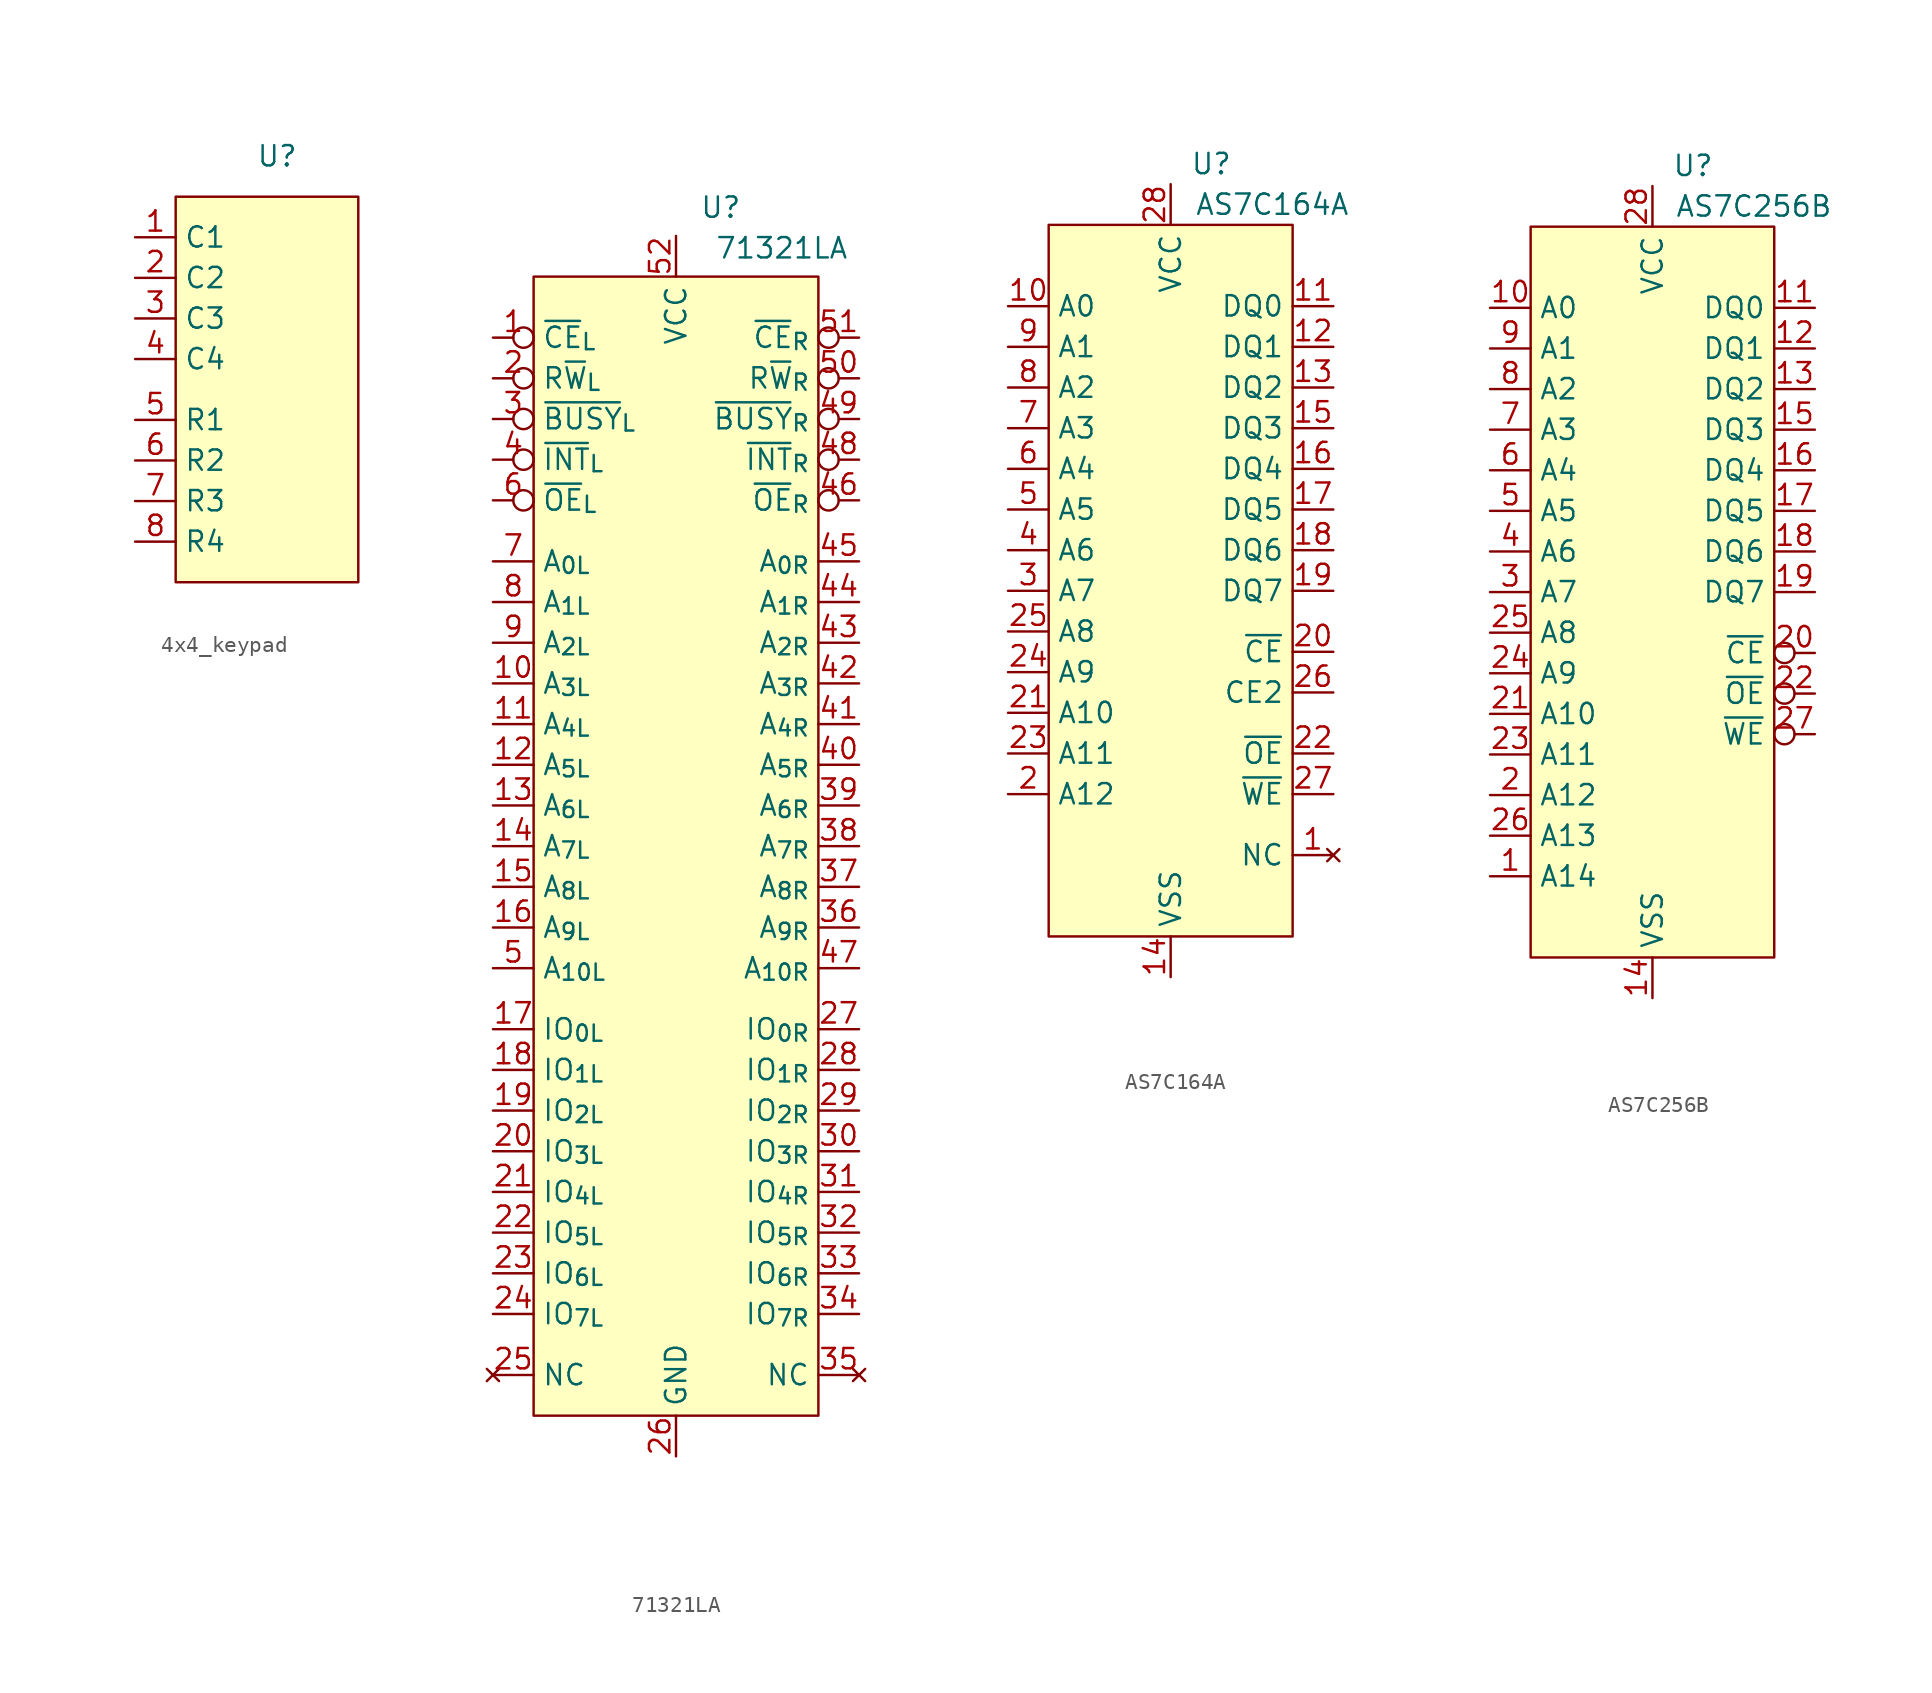
<source format=kicad_sym>
(kicad_symbol_lib
  (version 20231120)
  (generator "kicad_symbol_editor")
  (generator_version "8.0")
  (symbol "4x4_keypad"
    (property "Reference" "U"
      (at 3.81 13.97 0)
      (effects (font (size 1.27 1.27))))
    (property "Value" ""
      (at -7.62 16.51 0)
      (effects (font (size 1.27 1.27))))
    (symbol "4x4_keypad_1_1"
      (rectangle (start -2.54 11.43) (end 8.89 -12.7) (stroke (width 0) (type default)) (fill (type background)))
      (pin bidirectional line (at -5.08 8.89 0) (length 2.54) (name "C1" (effects (font (size 1.27 1.27)))) (number "1" (effects (font (size 1.27 1.27)))))
      (pin bidirectional line (at -5.08 6.35 0) (length 2.54) (name "C2" (effects (font (size 1.27 1.27)))) (number "2" (effects (font (size 1.27 1.27)))))
      (pin bidirectional line (at -5.08 3.81 0) (length 2.54) (name "C3" (effects (font (size 1.27 1.27)))) (number "3" (effects (font (size 1.27 1.27)))))
      (pin bidirectional line (at -5.08 1.27 0) (length 2.54) (name "C4" (effects (font (size 1.27 1.27)))) (number "4" (effects (font (size 1.27 1.27)))))
      (pin bidirectional line (at -5.08 -2.54 0) (length 2.54) (name "R1" (effects (font (size 1.27 1.27)))) (number "5" (effects (font (size 1.27 1.27)))))
      (pin bidirectional line (at -5.08 -5.08 0) (length 2.54) (name "R2" (effects (font (size 1.27 1.27)))) (number "6" (effects (font (size 1.27 1.27)))))
      (pin bidirectional line (at -5.08 -7.62 0) (length 2.54) (name "R3" (effects (font (size 1.27 1.27)))) (number "7" (effects (font (size 1.27 1.27)))))
      (pin bidirectional line (at -5.08 -10.16 0) (length 2.54) (name "R4" (effects (font (size 1.27 1.27)))) (number "8" (effects (font (size 1.27 1.27)))))))
  (symbol "71321LA"
    (property "Reference" "U"
      (at 2.794 37.338 0)
      (effects (font (size 1.27 1.27))))
    (property "Value" "71321LA"
      (at 6.604 34.798 0)
      (effects (font (size 1.27 1.27))))
    (symbol "71321LA_1_1"
      (rectangle (start -8.89 33.02) (end 8.89 -38.1) (stroke (width 0) (type default)) (fill (type background)))
      (pin input inverted (at -11.43 29.21 0) (length 2.54) (name "~{CE}_{L}" (effects (font (size 1.27 1.27)))) (number "1" (effects (font (size 1.27 1.27)))))
      (pin input line (at -11.43 7.62 0) (length 2.54) (name "A_{3L}" (effects (font (size 1.27 1.27)))) (number "10" (effects (font (size 1.27 1.27)))))
      (pin input line (at -11.43 5.08 0) (length 2.54) (name "A_{4L}" (effects (font (size 1.27 1.27)))) (number "11" (effects (font (size 1.27 1.27)))))
      (pin input line (at -11.43 2.54 0) (length 2.54) (name "A_{5L}" (effects (font (size 1.27 1.27)))) (number "12" (effects (font (size 1.27 1.27)))))
      (pin input line (at -11.43 0 0) (length 2.54) (name "A_{6L}" (effects (font (size 1.27 1.27)))) (number "13" (effects (font (size 1.27 1.27)))))
      (pin input line (at -11.43 -2.54 0) (length 2.54) (name "A_{7L}" (effects (font (size 1.27 1.27)))) (number "14" (effects (font (size 1.27 1.27)))))
      (pin input line (at -11.43 -5.08 0) (length 2.54) (name "A_{8L}" (effects (font (size 1.27 1.27)))) (number "15" (effects (font (size 1.27 1.27)))))
      (pin input line (at -11.43 -7.62 0) (length 2.54) (name "A_{9L}" (effects (font (size 1.27 1.27)))) (number "16" (effects (font (size 1.27 1.27)))))
      (pin bidirectional line (at -11.43 -13.97 0) (length 2.54) (name "IO_{0L}" (effects (font (size 1.27 1.27)))) (number "17" (effects (font (size 1.27 1.27)))))
      (pin bidirectional line (at -11.43 -16.51 0) (length 2.54) (name "IO_{1L}" (effects (font (size 1.27 1.27)))) (number "18" (effects (font (size 1.27 1.27)))))
      (pin bidirectional line (at -11.43 -19.05 0) (length 2.54) (name "IO_{2L}" (effects (font (size 1.27 1.27)))) (number "19" (effects (font (size 1.27 1.27)))))
      (pin input inverted (at -11.43 26.67 0) (length 2.54) (name "R~{W}_{L}" (effects (font (size 1.27 1.27)))) (number "2" (effects (font (size 1.27 1.27)))))
      (pin bidirectional line (at -11.43 -21.59 0) (length 2.54) (name "IO_{3L}" (effects (font (size 1.27 1.27)))) (number "20" (effects (font (size 1.27 1.27)))))
      (pin bidirectional line (at -11.43 -24.13 0) (length 2.54) (name "IO_{4L}" (effects (font (size 1.27 1.27)))) (number "21" (effects (font (size 1.27 1.27)))))
      (pin bidirectional line (at -11.43 -26.67 0) (length 2.54) (name "IO_{5L}" (effects (font (size 1.27 1.27)))) (number "22" (effects (font (size 1.27 1.27)))))
      (pin bidirectional line (at -11.43 -29.21 0) (length 2.54) (name "IO_{6L}" (effects (font (size 1.27 1.27)))) (number "23" (effects (font (size 1.27 1.27)))))
      (pin bidirectional line (at -11.43 -31.75 0) (length 2.54) (name "IO_{7L}" (effects (font (size 1.27 1.27)))) (number "24" (effects (font (size 1.27 1.27)))))
      (pin no_connect line (at -11.43 -35.56 0) (length 2.54) (name "NC" (effects (font (size 1.27 1.27)))) (number "25" (effects (font (size 1.27 1.27)))))
      (pin power_in line (at 0 -40.64 90) (length 2.54) (name "GND" (effects (font (size 1.27 1.27)))) (number "26" (effects (font (size 1.27 1.27)))))
      (pin bidirectional line (at 11.43 -13.97 180) (length 2.54) (name "IO_{0R}" (effects (font (size 1.27 1.27)))) (number "27" (effects (font (size 1.27 1.27)))))
      (pin bidirectional line (at 11.43 -16.51 180) (length 2.54) (name "IO_{1R}" (effects (font (size 1.27 1.27)))) (number "28" (effects (font (size 1.27 1.27)))))
      (pin bidirectional line (at 11.43 -19.05 180) (length 2.54) (name "IO_{2R}" (effects (font (size 1.27 1.27)))) (number "29" (effects (font (size 1.27 1.27)))))
      (pin output inverted (at -11.43 24.13 0) (length 2.54) (name "~{BUSY}_{L}" (effects (font (size 1.27 1.27)))) (number "3" (effects (font (size 1.27 1.27)))))
      (pin bidirectional line (at 11.43 -21.59 180) (length 2.54) (name "IO_{3R}" (effects (font (size 1.27 1.27)))) (number "30" (effects (font (size 1.27 1.27)))))
      (pin bidirectional line (at 11.43 -24.13 180) (length 2.54) (name "IO_{4R}" (effects (font (size 1.27 1.27)))) (number "31" (effects (font (size 1.27 1.27)))))
      (pin bidirectional line (at 11.43 -26.67 180) (length 2.54) (name "IO_{5R}" (effects (font (size 1.27 1.27)))) (number "32" (effects (font (size 1.27 1.27)))))
      (pin bidirectional line (at 11.43 -29.21 180) (length 2.54) (name "IO_{6R}" (effects (font (size 1.27 1.27)))) (number "33" (effects (font (size 1.27 1.27)))))
      (pin bidirectional line (at 11.43 -31.75 180) (length 2.54) (name "IO_{7R}" (effects (font (size 1.27 1.27)))) (number "34" (effects (font (size 1.27 1.27)))))
      (pin no_connect line (at 11.43 -35.56 180) (length 2.54) (name "NC" (effects (font (size 1.27 1.27)))) (number "35" (effects (font (size 1.27 1.27)))))
      (pin input line (at 11.43 -7.62 180) (length 2.54) (name "A_{9R}" (effects (font (size 1.27 1.27)))) (number "36" (effects (font (size 1.27 1.27)))))
      (pin input line (at 11.43 -5.08 180) (length 2.54) (name "A_{8R}" (effects (font (size 1.27 1.27)))) (number "37" (effects (font (size 1.27 1.27)))))
      (pin input line (at 11.43 -2.54 180) (length 2.54) (name "A_{7R}" (effects (font (size 1.27 1.27)))) (number "38" (effects (font (size 1.27 1.27)))))
      (pin input line (at 11.43 0 180) (length 2.54) (name "A_{6R}" (effects (font (size 1.27 1.27)))) (number "39" (effects (font (size 1.27 1.27)))))
      (pin output inverted (at -11.43 21.59 0) (length 2.54) (name "~{INT}_{L}" (effects (font (size 1.27 1.27)))) (number "4" (effects (font (size 1.27 1.27)))))
      (pin input line (at 11.43 2.54 180) (length 2.54) (name "A_{5R}" (effects (font (size 1.27 1.27)))) (number "40" (effects (font (size 1.27 1.27)))))
      (pin input line (at 11.43 5.08 180) (length 2.54) (name "A_{4R}" (effects (font (size 1.27 1.27)))) (number "41" (effects (font (size 1.27 1.27)))))
      (pin input line (at 11.43 7.62 180) (length 2.54) (name "A_{3R}" (effects (font (size 1.27 1.27)))) (number "42" (effects (font (size 1.27 1.27)))))
      (pin input line (at 11.43 10.16 180) (length 2.54) (name "A_{2R}" (effects (font (size 1.27 1.27)))) (number "43" (effects (font (size 1.27 1.27)))))
      (pin input line (at 11.43 12.7 180) (length 2.54) (name "A_{1R}" (effects (font (size 1.27 1.27)))) (number "44" (effects (font (size 1.27 1.27)))))
      (pin input line (at 11.43 15.24 180) (length 2.54) (name "A_{0R}" (effects (font (size 1.27 1.27)))) (number "45" (effects (font (size 1.27 1.27)))))
      (pin input inverted (at 11.43 19.05 180) (length 2.54) (name "~{OE}_{R}" (effects (font (size 1.27 1.27)))) (number "46" (effects (font (size 1.27 1.27)))))
      (pin input line (at 11.43 -10.16 180) (length 2.54) (name "A_{10R}" (effects (font (size 1.27 1.27)))) (number "47" (effects (font (size 1.27 1.27)))))
      (pin output inverted (at 11.43 21.59 180) (length 2.54) (name "~{INT}_{R}" (effects (font (size 1.27 1.27)))) (number "48" (effects (font (size 1.27 1.27)))))
      (pin output inverted (at 11.43 24.13 180) (length 2.54) (name "~{BUSY}_{R}" (effects (font (size 1.27 1.27)))) (number "49" (effects (font (size 1.27 1.27)))))
      (pin input line (at -11.43 -10.16 0) (length 2.54) (name "A_{10L}" (effects (font (size 1.27 1.27)))) (number "5" (effects (font (size 1.27 1.27)))))
      (pin input inverted (at 11.43 26.67 180) (length 2.54) (name "R~{W}_{R}" (effects (font (size 1.27 1.27)))) (number "50" (effects (font (size 1.27 1.27)))))
      (pin input inverted (at 11.43 29.21 180) (length 2.54) (name "~{CE}_{R}" (effects (font (size 1.27 1.27)))) (number "51" (effects (font (size 1.27 1.27)))))
      (pin power_in line (at 0 35.56 270) (length 2.54) (name "VCC" (effects (font (size 1.27 1.27)))) (number "52" (effects (font (size 1.27 1.27)))))
      (pin input inverted (at -11.43 19.05 0) (length 2.54) (name "~{OE}_{L}" (effects (font (size 1.27 1.27)))) (number "6" (effects (font (size 1.27 1.27)))))
      (pin input line (at -11.43 15.24 0) (length 2.54) (name "A_{0L}" (effects (font (size 1.27 1.27)))) (number "7" (effects (font (size 1.27 1.27)))))
      (pin input line (at -11.43 12.7 0) (length 2.54) (name "A_{1L}" (effects (font (size 1.27 1.27)))) (number "8" (effects (font (size 1.27 1.27)))))
      (pin input line (at -11.43 10.16 0) (length 2.54) (name "A_{2L}" (effects (font (size 1.27 1.27)))) (number "9" (effects (font (size 1.27 1.27)))))))
  (symbol "AS7C164A"
    (property "Reference" "U"
      (at 2.54 25.4 0)
      (effects (font (size 1.27 1.27))))
    (property "Value" "AS7C164A"
      (at 6.35 22.86 0)
      (effects (font (size 1.27 1.27))))
    (symbol "AS7C164A_1_1"
      (rectangle (start -7.62 21.59) (end 7.62 -22.86) (stroke (width 0) (type default)) (fill (type background)))
      (pin no_connect line (at 10.16 -17.78 180) (length 2.54) (name "NC" (effects (font (size 1.27 1.27)))) (number "1" (effects (font (size 1.27 1.27)))))
      (pin input line (at -10.16 16.51 0) (length 2.54) (name "A0" (effects (font (size 1.27 1.27)))) (number "10" (effects (font (size 1.27 1.27)))))
      (pin tri_state line (at 10.16 16.51 180) (length 2.54) (name "DQ0" (effects (font (size 1.27 1.27)))) (number "11" (effects (font (size 1.27 1.27)))))
      (pin tri_state line (at 10.16 13.97 180) (length 2.54) (name "DQ1" (effects (font (size 1.27 1.27)))) (number "12" (effects (font (size 1.27 1.27)))))
      (pin tri_state line (at 10.16 11.43 180) (length 2.54) (name "DQ2" (effects (font (size 1.27 1.27)))) (number "13" (effects (font (size 1.27 1.27)))))
      (pin power_in line (at 0 -25.4 90) (length 2.54) (name "VSS" (effects (font (size 1.27 1.27)))) (number "14" (effects (font (size 1.27 1.27)))))
      (pin tri_state line (at 10.16 8.89 180) (length 2.54) (name "DQ3" (effects (font (size 1.27 1.27)))) (number "15" (effects (font (size 1.27 1.27)))))
      (pin tri_state line (at 10.16 6.35 180) (length 2.54) (name "DQ4" (effects (font (size 1.27 1.27)))) (number "16" (effects (font (size 1.27 1.27)))))
      (pin tri_state line (at 10.16 3.81 180) (length 2.54) (name "DQ5" (effects (font (size 1.27 1.27)))) (number "17" (effects (font (size 1.27 1.27)))))
      (pin tri_state line (at 10.16 1.27 180) (length 2.54) (name "DQ6" (effects (font (size 1.27 1.27)))) (number "18" (effects (font (size 1.27 1.27)))))
      (pin tri_state line (at 10.16 -1.27 180) (length 2.54) (name "DQ7" (effects (font (size 1.27 1.27)))) (number "19" (effects (font (size 1.27 1.27)))))
      (pin input line (at -10.16 -13.97 0) (length 2.54) (name "A12" (effects (font (size 1.27 1.27)))) (number "2" (effects (font (size 1.27 1.27)))))
      (pin input line (at 10.16 -5.08 180) (length 2.54) (name "~{CE}" (effects (font (size 1.27 1.27)))) (number "20" (effects (font (size 1.27 1.27)))))
      (pin input line (at -10.16 -8.89 0) (length 2.54) (name "A10" (effects (font (size 1.27 1.27)))) (number "21" (effects (font (size 1.27 1.27)))))
      (pin input line (at 10.16 -11.43 180) (length 2.54) (name "~{OE}" (effects (font (size 1.27 1.27)))) (number "22" (effects (font (size 1.27 1.27)))))
      (pin input line (at -10.16 -11.43 0) (length 2.54) (name "A11" (effects (font (size 1.27 1.27)))) (number "23" (effects (font (size 1.27 1.27)))))
      (pin input line (at -10.16 -6.35 0) (length 2.54) (name "A9" (effects (font (size 1.27 1.27)))) (number "24" (effects (font (size 1.27 1.27)))))
      (pin input line (at -10.16 -3.81 0) (length 2.54) (name "A8" (effects (font (size 1.27 1.27)))) (number "25" (effects (font (size 1.27 1.27)))))
      (pin input line (at 10.16 -7.62 180) (length 2.54) (name "CE2" (effects (font (size 1.27 1.27)))) (number "26" (effects (font (size 1.27 1.27)))))
      (pin input line (at 10.16 -13.97 180) (length 2.54) (name "~{WE}" (effects (font (size 1.27 1.27)))) (number "27" (effects (font (size 1.27 1.27)))))
      (pin power_in line (at 0 24.13 270) (length 2.54) (name "VCC" (effects (font (size 1.27 1.27)))) (number "28" (effects (font (size 1.27 1.27)))))
      (pin input line (at -10.16 -1.27 0) (length 2.54) (name "A7" (effects (font (size 1.27 1.27)))) (number "3" (effects (font (size 1.27 1.27)))))
      (pin input line (at -10.16 1.27 0) (length 2.54) (name "A6" (effects (font (size 1.27 1.27)))) (number "4" (effects (font (size 1.27 1.27)))))
      (pin input line (at -10.16 3.81 0) (length 2.54) (name "A5" (effects (font (size 1.27 1.27)))) (number "5" (effects (font (size 1.27 1.27)))))
      (pin input line (at -10.16 6.35 0) (length 2.54) (name "A4" (effects (font (size 1.27 1.27)))) (number "6" (effects (font (size 1.27 1.27)))))
      (pin input line (at -10.16 8.89 0) (length 2.54) (name "A3" (effects (font (size 1.27 1.27)))) (number "7" (effects (font (size 1.27 1.27)))))
      (pin input line (at -10.16 11.43 0) (length 2.54) (name "A2" (effects (font (size 1.27 1.27)))) (number "8" (effects (font (size 1.27 1.27)))))
      (pin input line (at -10.16 13.97 0) (length 2.54) (name "A1" (effects (font (size 1.27 1.27)))) (number "9" (effects (font (size 1.27 1.27)))))))
  (symbol "AS7C256B"
    (property "Reference" "U"
      (at 2.54 25.4 0)
      (effects (font (size 1.27 1.27))))
    (property "Value" "AS7C256B"
      (at 6.35 22.86 0)
      (effects (font (size 1.27 1.27))))
    (symbol "AS7C256B_1_1"
      (rectangle (start -7.62 21.59) (end 7.62 -24.13) (stroke (width 0) (type default)) (fill (type background)))
      (pin input line (at -10.16 -19.05 0) (length 2.54) (name "A14" (effects (font (size 1.27 1.27)))) (number "1" (effects (font (size 1.27 1.27)))))
      (pin input line (at -10.16 16.51 0) (length 2.54) (name "A0" (effects (font (size 1.27 1.27)))) (number "10" (effects (font (size 1.27 1.27)))))
      (pin tri_state line (at 10.16 16.51 180) (length 2.54) (name "DQ0" (effects (font (size 1.27 1.27)))) (number "11" (effects (font (size 1.27 1.27)))))
      (pin tri_state line (at 10.16 13.97 180) (length 2.54) (name "DQ1" (effects (font (size 1.27 1.27)))) (number "12" (effects (font (size 1.27 1.27)))))
      (pin tri_state line (at 10.16 11.43 180) (length 2.54) (name "DQ2" (effects (font (size 1.27 1.27)))) (number "13" (effects (font (size 1.27 1.27)))))
      (pin power_in line (at 0 -26.67 90) (length 2.54) (name "VSS" (effects (font (size 1.27 1.27)))) (number "14" (effects (font (size 1.27 1.27)))))
      (pin tri_state line (at 10.16 8.89 180) (length 2.54) (name "DQ3" (effects (font (size 1.27 1.27)))) (number "15" (effects (font (size 1.27 1.27)))))
      (pin tri_state line (at 10.16 6.35 180) (length 2.54) (name "DQ4" (effects (font (size 1.27 1.27)))) (number "16" (effects (font (size 1.27 1.27)))))
      (pin tri_state line (at 10.16 3.81 180) (length 2.54) (name "DQ5" (effects (font (size 1.27 1.27)))) (number "17" (effects (font (size 1.27 1.27)))))
      (pin tri_state line (at 10.16 1.27 180) (length 2.54) (name "DQ6" (effects (font (size 1.27 1.27)))) (number "18" (effects (font (size 1.27 1.27)))))
      (pin tri_state line (at 10.16 -1.27 180) (length 2.54) (name "DQ7" (effects (font (size 1.27 1.27)))) (number "19" (effects (font (size 1.27 1.27)))))
      (pin input line (at -10.16 -13.97 0) (length 2.54) (name "A12" (effects (font (size 1.27 1.27)))) (number "2" (effects (font (size 1.27 1.27)))))
      (pin input inverted (at 10.16 -5.08 180) (length 2.54) (name "~{CE}" (effects (font (size 1.27 1.27)))) (number "20" (effects (font (size 1.27 1.27)))))
      (pin input line (at -10.16 -8.89 0) (length 2.54) (name "A10" (effects (font (size 1.27 1.27)))) (number "21" (effects (font (size 1.27 1.27)))))
      (pin input inverted (at 10.16 -7.62 180) (length 2.54) (name "~{OE}" (effects (font (size 1.27 1.27)))) (number "22" (effects (font (size 1.27 1.27)))))
      (pin input line (at -10.16 -11.43 0) (length 2.54) (name "A11" (effects (font (size 1.27 1.27)))) (number "23" (effects (font (size 1.27 1.27)))))
      (pin input line (at -10.16 -6.35 0) (length 2.54) (name "A9" (effects (font (size 1.27 1.27)))) (number "24" (effects (font (size 1.27 1.27)))))
      (pin input line (at -10.16 -3.81 0) (length 2.54) (name "A8" (effects (font (size 1.27 1.27)))) (number "25" (effects (font (size 1.27 1.27)))))
      (pin input line (at -10.16 -16.51 0) (length 2.54) (name "A13" (effects (font (size 1.27 1.27)))) (number "26" (effects (font (size 1.27 1.27)))))
      (pin input inverted (at 10.16 -10.16 180) (length 2.54) (name "~{WE}" (effects (font (size 1.27 1.27)))) (number "27" (effects (font (size 1.27 1.27)))))
      (pin power_in line (at 0 24.13 270) (length 2.54) (name "VCC" (effects (font (size 1.27 1.27)))) (number "28" (effects (font (size 1.27 1.27)))))
      (pin input line (at -10.16 -1.27 0) (length 2.54) (name "A7" (effects (font (size 1.27 1.27)))) (number "3" (effects (font (size 1.27 1.27)))))
      (pin input line (at -10.16 1.27 0) (length 2.54) (name "A6" (effects (font (size 1.27 1.27)))) (number "4" (effects (font (size 1.27 1.27)))))
      (pin input line (at -10.16 3.81 0) (length 2.54) (name "A5" (effects (font (size 1.27 1.27)))) (number "5" (effects (font (size 1.27 1.27)))))
      (pin input line (at -10.16 6.35 0) (length 2.54) (name "A4" (effects (font (size 1.27 1.27)))) (number "6" (effects (font (size 1.27 1.27)))))
      (pin input line (at -10.16 8.89 0) (length 2.54) (name "A3" (effects (font (size 1.27 1.27)))) (number "7" (effects (font (size 1.27 1.27)))))
      (pin input line (at -10.16 11.43 0) (length 2.54) (name "A2" (effects (font (size 1.27 1.27)))) (number "8" (effects (font (size 1.27 1.27)))))
      (pin input line (at -10.16 13.97 0) (length 2.54) (name "A1" (effects (font (size 1.27 1.27)))) (number "9" (effects (font (size 1.27 1.27))))))))
</source>
